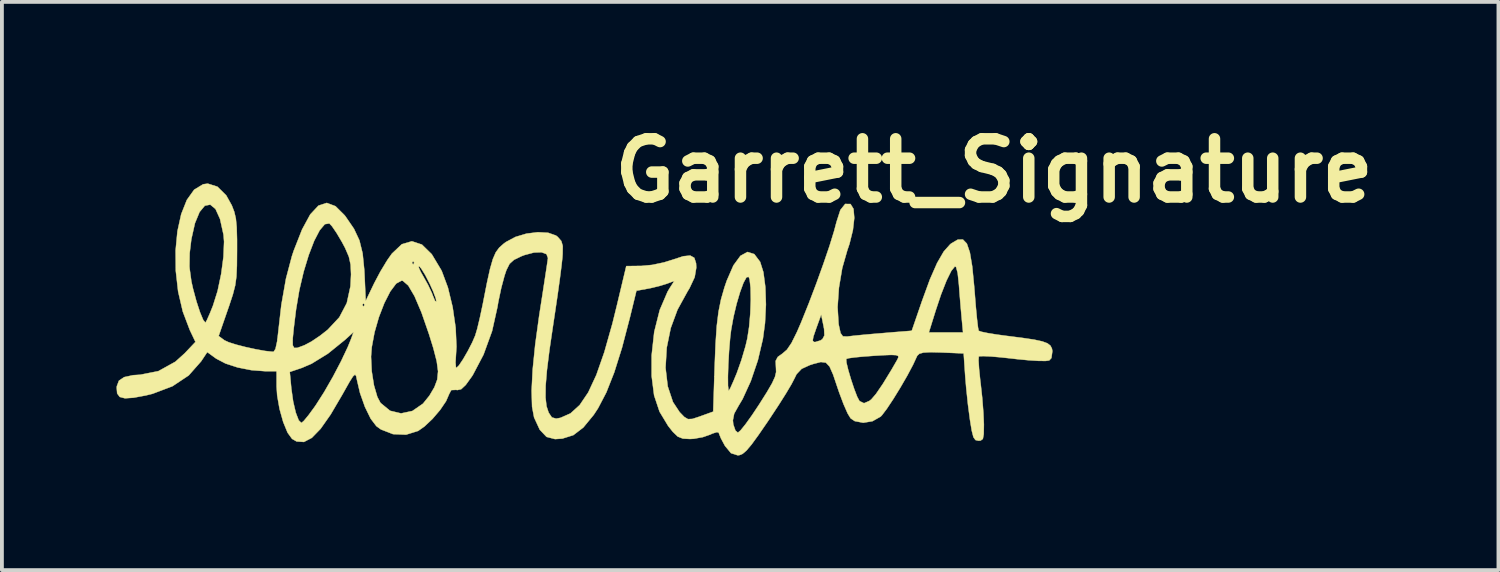
<source format=kicad_pcb>
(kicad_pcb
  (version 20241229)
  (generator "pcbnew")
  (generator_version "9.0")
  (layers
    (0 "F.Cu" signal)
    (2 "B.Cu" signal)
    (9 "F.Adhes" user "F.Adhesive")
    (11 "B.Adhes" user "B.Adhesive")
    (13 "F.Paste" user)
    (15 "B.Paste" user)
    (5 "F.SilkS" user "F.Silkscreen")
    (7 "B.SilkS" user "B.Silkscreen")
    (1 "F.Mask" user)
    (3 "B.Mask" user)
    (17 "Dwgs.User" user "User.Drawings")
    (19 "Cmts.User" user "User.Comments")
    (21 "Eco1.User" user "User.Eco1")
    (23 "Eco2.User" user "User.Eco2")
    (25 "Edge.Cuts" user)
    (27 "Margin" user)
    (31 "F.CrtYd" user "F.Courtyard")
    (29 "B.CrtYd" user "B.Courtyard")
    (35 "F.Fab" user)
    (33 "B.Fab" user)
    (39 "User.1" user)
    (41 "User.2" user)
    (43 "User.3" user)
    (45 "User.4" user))
  (footprint "Garrett_Signature"
    (layer "F.Cu")
    (at 22.975 1.418)
    (property "Reference" "Garrett_Signature" (at 0 0 0) (layer "F.SilkS") (effects (font (size 1.524 1.524) (thickness 0.3))))
    (attr through_hole)
    (fp_poly (pts (xy -20.333 0.419) (xy -20.103 0.646) (xy -19.957 0.908) (xy -19.892 1.077) (xy -19.851 1.252) (xy -19.829 1.477) (xy -19.82 1.797) (xy -19.82 2.086) (xy -19.823 2.485) (xy -19.836 2.772) (xy -19.868 3.004) (xy -19.929 3.241) (xy -20.027 3.539) (xy -20.061 3.636) (xy -20.301 4.328) (xy -20.148 4.441) (xy -20.035 4.493) (xy -19.838 4.555) (xy -19.592 4.618) (xy -19.33 4.675) (xy -19.087 4.719) (xy -18.896 4.74) (xy -18.862 4.741) (xy -18.813 4.665) (xy -18.77 4.469) (xy -18.763 4.408) (xy -18.363 4.408) (xy -18.361 4.571) (xy -18.323 4.64) (xy -18.241 4.638) (xy -18.109 4.59) (xy -18.046 4.565) (xy -17.871 4.472) (xy -17.648 4.322) (xy -17.445 4.163) (xy -17.143 3.84) (xy -16.972 3.514) (xy -16.54 3.514) (xy -16.51 3.556) (xy -16.48 3.514) (xy -16.51 3.471) (xy -16.54 3.514) (xy -16.972 3.514) (xy -16.947 3.468) (xy -16.85 3.024) (xy -16.835 2.715) (xy -16.846 2.46) (xy -16.892 2.252) (xy -16.99 2.024) (xy -17.075 1.865) (xy -17.212 1.633) (xy -17.332 1.457) (xy -17.403 1.381) (xy -17.521 1.401) (xy -17.657 1.562) (xy -17.801 1.839) (xy -17.943 2.208) (xy -18.076 2.645) (xy -18.189 3.125) (xy -18.273 3.624) (xy -18.283 3.7) (xy -18.335 4.126) (xy -18.363 4.408) (xy -18.763 4.408) (xy -18.754 4.339) (xy -18.66 3.514) (xy -18.538 2.823) (xy -18.383 2.237) (xy -18.337 2.098) (xy -18.117 1.539) (xy -17.903 1.145) (xy -17.688 0.915) (xy -17.47 0.844) (xy -17.242 0.93) (xy -17.002 1.169) (xy -16.977 1.202) (xy -16.758 1.522) (xy -16.616 1.824) (xy -16.532 2.166) (xy -16.488 2.604) (xy -16.481 2.742) (xy -16.451 3.409) (xy -16.228 2.945) (xy -16.066 2.639) (xy -15.998 2.527) (xy -15.067 2.527) (xy -15.011 2.649) (xy -14.947 2.761) (xy -14.819 2.99) (xy -14.718 3.205) (xy -14.694 3.27) (xy -14.638 3.405) (xy -14.601 3.43) (xy -14.616 3.344) (xy -14.684 3.162) (xy -14.773 2.965) (xy -14.893 2.731) (xy -14.999 2.56) (xy -15.055 2.498) (xy -15.067 2.527) (xy -15.998 2.527) (xy -15.929 2.413) (xy -15.24 2.413) (xy -15.21 2.455) (xy -15.181 2.413) (xy -15.21 2.371) (xy -15.24 2.413) (xy -15.929 2.413) (xy -15.884 2.339) (xy -15.765 2.171) (xy -15.506 1.926) (xy -15.242 1.848) (xy -14.979 1.935) (xy -14.722 2.187) (xy -14.474 2.601) (xy -14.458 2.633) (xy -14.299 3.06) (xy -14.175 3.573) (xy -14.097 4.11) (xy -14.075 4.606) (xy -14.087 4.801) (xy -14.1 5.02) (xy -14.089 5.149) (xy -14.077 5.163) (xy -14.011 5.099) (xy -13.903 4.938) (xy -13.779 4.723) (xy -13.662 4.496) (xy -13.585 4.318) (xy -13.531 4.137) (xy -13.462 3.848) (xy -13.389 3.506) (xy -13.374 3.429) (xy -13.276 2.931) (xy -13.196 2.57) (xy -13.123 2.315) (xy -13.047 2.14) (xy -12.956 2.015) (xy -12.84 1.912) (xy -12.781 1.868) (xy -12.532 1.735) (xy -12.242 1.648) (xy -11.944 1.611) (xy -11.675 1.626) (xy -11.47 1.698) (xy -11.424 1.734) (xy -11.331 1.841) (xy -11.293 1.97) (xy -11.296 2.183) (xy -11.302 2.272) (xy -11.326 2.491) (xy -11.37 2.837) (xy -11.43 3.269) (xy -11.501 3.75) (xy -11.542 4.022) (xy -11.641 4.693) (xy -11.707 5.223) (xy -11.741 5.631) (xy -11.744 5.938) (xy -11.718 6.165) (xy -11.663 6.331) (xy -11.662 6.334) (xy -11.578 6.459) (xy -11.467 6.491) (xy -11.352 6.47) (xy -11.09 6.354) (xy -10.85 6.136) (xy -10.626 5.805) (xy -10.413 5.347) (xy -10.205 4.752) (xy -9.994 4.007) (xy -9.872 3.512) (xy -9.63 2.498) (xy -9.231 2.493) (xy -8.953 2.467) (xy -8.641 2.401) (xy -8.413 2.33) (xy -8.138 2.24) (xy -7.956 2.222) (xy -7.849 2.281) (xy -7.803 2.423) (xy -7.797 2.539) (xy -7.839 2.788) (xy -7.973 3.074) (xy -8.023 3.156) (xy -8.289 3.64) (xy -8.466 4.12) (xy -8.571 4.634) (xy -8.602 5.159) (xy -8.545 5.645) (xy -8.408 6.056) (xy -8.234 6.32) (xy -8.111 6.447) (xy -8.015 6.504) (xy -7.9 6.499) (xy -7.722 6.441) (xy -7.689 6.429) (xy -7.354 6.308) (xy -7.325 5.391) (xy -6.969 5.391) (xy -6.967 5.63) (xy -6.952 5.75) (xy -6.945 5.757) (xy -6.905 5.69) (xy -6.826 5.514) (xy -6.736 5.298) (xy -6.616 4.959) (xy -6.508 4.593) (xy -6.462 4.398) (xy -6.414 4.09) (xy -6.383 3.734) (xy -6.37 3.377) (xy -6.376 3.065) (xy -6.401 2.845) (xy -6.426 2.779) (xy -6.483 2.792) (xy -6.562 2.936) (xy -6.651 3.178) (xy -6.742 3.486) (xy -6.823 3.827) (xy -6.885 4.169) (xy -6.909 4.36) (xy -6.939 4.718) (xy -6.959 5.075) (xy -6.969 5.391) (xy -7.325 5.391) (xy -7.316 5.122) (xy -7.292 4.53) (xy -7.261 4.067) (xy -7.215 3.694) (xy -7.15 3.37) (xy -7.06 3.057) (xy -6.999 2.879) (xy -6.825 2.48) (xy -6.641 2.229) (xy -6.456 2.128) (xy -6.279 2.184) (xy -6.126 2.386) (xy -6.04 2.658) (xy -5.989 3.047) (xy -5.974 3.506) (xy -5.998 3.99) (xy -6.053 4.403) (xy -6.185 4.964) (xy -6.37 5.509) (xy -6.584 5.977) (xy -6.689 6.153) (xy -6.805 6.361) (xy -6.839 6.534) (xy -6.829 6.64) (xy -6.773 6.802) (xy -6.708 6.858) (xy -6.638 6.799) (xy -6.508 6.638) (xy -6.337 6.399) (xy -6.152 6.121) (xy -5.947 5.796) (xy -5.813 5.565) (xy -5.737 5.399) (xy -5.707 5.272) (xy -5.711 5.155) (xy -5.712 5.147) (xy -5.719 4.98) (xy -5.692 4.929) (xy -3.872 4.929) (xy -3.866 5.024) (xy -3.819 5.218) (xy -3.746 5.465) (xy -3.663 5.714) (xy -3.585 5.918) (xy -3.526 6.028) (xy -3.524 6.031) (xy -3.406 6.088) (xy -3.267 6.028) (xy -3.215 5.987) (xy -3.093 5.845) (xy -2.912 5.58) (xy -2.684 5.207) (xy -2.543 4.963) (xy -2.509 4.895) (xy -2.511 4.852) (xy -2.567 4.829) (xy -2.692 4.823) (xy -2.905 4.831) (xy -3.148 4.846) (xy -3.422 4.866) (xy -3.65 4.888) (xy -3.809 4.91) (xy -3.872 4.929) (xy -5.692 4.929) (xy -5.663 4.875) (xy -5.545 4.791) (xy -5.424 4.687) (xy -5.302 4.507) (xy -5.274 4.45) (xy -4.75 4.45) (xy -4.717 4.484) (xy -4.682 4.486) (xy -4.542 4.443) (xy -4.494 4.409) (xy -4.443 4.314) (xy -4.451 4.144) (xy -4.469 4.05) (xy -4.527 3.768) (xy -4.657 4.128) (xy -4.731 4.343) (xy -4.75 4.45) (xy -5.274 4.45) (xy -5.16 4.22) (xy -5.05 3.966) (xy -4.853 3.476) (xy -4.655 2.955) (xy -4.47 2.441) (xy -4.309 1.969) (xy -4.188 1.576) (xy -4.126 1.342) (xy -4.025 1.029) (xy -3.899 0.871) (xy -3.759 0.873) (xy -3.681 1) (xy -3.661 1.238) (xy -3.697 1.556) (xy -3.787 1.919) (xy -3.843 2.083) (xy -3.976 2.549) (xy -4.063 3.066) (xy -4.098 3.572) (xy -4.072 4.007) (xy -4.066 4.043) (xy -4.02 4.252) (xy -3.959 4.337) (xy -3.846 4.342) (xy -3.821 4.339) (xy -3.689 4.323) (xy -3.47 4.301) (xy -3.194 4.276) (xy -2.894 4.251) (xy -2.681 4.233) (xy -1.708 4.233) (xy -0.814 4.233) (xy -0.848 3.873) (xy -0.874 3.583) (xy -0.904 3.221) (xy -0.921 2.991) (xy -0.954 2.681) (xy -0.996 2.523) (xy -1.026 2.506) (xy -1.122 2.625) (xy -1.247 2.879) (xy -1.39 3.243) (xy -1.53 3.662) (xy -1.708 4.233) (xy -2.681 4.233) (xy -2.156 4.191) (xy -1.89 3.418) (xy -1.681 2.846) (xy -1.493 2.418) (xy -1.32 2.118) (xy -1.151 1.928) (xy -1.122 1.905) (xy -0.951 1.805) (xy -0.817 1.802) (xy -0.714 1.909) (xy -0.635 2.14) (xy -0.573 2.509) (xy -0.522 3.03) (xy -0.511 3.163) (xy -0.48 3.553) (xy -0.449 3.878) (xy -0.422 4.103) (xy -0.404 4.191) (xy -0.334 4.217) (xy -0.171 4.251) (xy 0.062 4.289) (xy 0.341 4.327) (xy 0.362 4.329) (xy 0.758 4.38) (xy 1.052 4.424) (xy 1.259 4.469) (xy 1.395 4.519) (xy 1.474 4.58) (xy 1.513 4.656) (xy 1.525 4.723) (xy 1.5 4.905) (xy 1.442 4.968) (xy 1.348 4.981) (xy 1.161 4.979) (xy 0.905 4.963) (xy 0.603 4.934) (xy 0.486 4.92) (xy 0.181 4.887) (xy -0.081 4.864) (xy -0.277 4.855) (xy -0.387 4.859) (xy -0.402 4.866) (xy -0.408 4.966) (xy -0.394 5.19) (xy -0.363 5.491) (xy -0.353 5.569) (xy -0.311 5.954) (xy -0.281 6.338) (xy -0.268 6.641) (xy -0.268 6.646) (xy -0.272 6.898) (xy -0.295 7.023) (xy -0.354 7.066) (xy -0.408 7.07) (xy -0.488 7.052) (xy -0.542 6.976) (xy -0.586 6.805) (xy -0.633 6.519) (xy -0.685 6.123) (xy -0.732 5.674) (xy -0.757 5.376) (xy -0.797 4.784) (xy -1.385 4.759) (xy -1.664 4.752) (xy -1.848 4.762) (xy -1.957 4.792) (xy -2.013 4.845) (xy -2.022 4.864) (xy -2.123 5.082) (xy -2.274 5.366) (xy -2.454 5.677) (xy -2.64 5.979) (xy -2.809 6.234) (xy -2.938 6.404) (xy -2.971 6.438) (xy -3.185 6.559) (xy -3.427 6.599) (xy -3.649 6.556) (xy -3.756 6.484) (xy -3.835 6.355) (xy -3.941 6.114) (xy -4.057 5.805) (xy -4.1 5.679) (xy -4.215 5.338) (xy -4.308 5.127) (xy -4.405 5.025) (xy -4.536 5.009) (xy -4.727 5.058) (xy -4.831 5.092) (xy -5.04 5.188) (xy -5.172 5.328) (xy -5.226 5.438) (xy -5.304 5.588) (xy -5.447 5.829) (xy -5.637 6.13) (xy -5.856 6.462) (xy -5.928 6.57) (xy -6.171 6.923) (xy -6.351 7.17) (xy -6.484 7.327) (xy -6.586 7.414) (xy -6.673 7.448) (xy -6.714 7.451) (xy -6.888 7.395) (xy -7.043 7.208) (xy -7.054 7.19) (xy -7.151 7.009) (xy -7.203 6.881) (xy -7.207 6.861) (xy -7.255 6.844) (xy -7.377 6.882) (xy -7.428 6.907) (xy -7.623 6.975) (xy -7.861 7.018) (xy -7.961 7.024) (xy -8.147 7.014) (xy -8.282 6.961) (xy -8.413 6.835) (xy -8.534 6.682) (xy -8.759 6.309) (xy -8.901 5.884) (xy -8.966 5.374) (xy -8.966 4.837) (xy -8.898 4.22) (xy -8.754 3.647) (xy -8.548 3.167) (xy -8.492 3.073) (xy -8.372 2.886) (xy -8.572 2.961) (xy -8.755 3.017) (xy -8.981 3.072) (xy -9.068 3.089) (xy -9.364 3.143) (xy -9.533 3.836) (xy -9.741 4.633) (xy -9.945 5.281) (xy -10.151 5.803) (xy -10.367 6.217) (xy -10.482 6.392) (xy -10.754 6.723) (xy -11.015 6.923) (xy -11.304 7.014) (xy -11.494 7.027) (xy -11.717 6.969) (xy -11.895 6.781) (xy -12.043 6.461) (xy -12.096 6.181) (xy -12.108 5.758) (xy -12.08 5.207) (xy -12.013 4.545) (xy -11.909 3.788) (xy -11.899 3.725) (xy -11.828 3.269) (xy -11.766 2.864) (xy -11.717 2.544) (xy -11.687 2.34) (xy -11.68 2.286) (xy -11.719 2.184) (xy -11.848 2.136) (xy -12.046 2.143) (xy -12.292 2.208) (xy -12.376 2.24) (xy -12.568 2.333) (xy -12.685 2.438) (xy -12.768 2.603) (xy -12.817 2.749) (xy -12.902 3.066) (xy -12.979 3.43) (xy -13.003 3.572) (xy -13.143 4.2) (xy -13.367 4.816) (xy -13.646 5.347) (xy -13.672 5.387) (xy -13.833 5.61) (xy -13.952 5.721) (xy -14.055 5.744) (xy -14.084 5.738) (xy -14.212 5.744) (xy -14.266 5.846) (xy -14.348 6.035) (xy -14.504 6.265) (xy -14.703 6.498) (xy -14.914 6.697) (xy -15.079 6.813) (xy -15.395 6.911) (xy -15.736 6.897) (xy -16.053 6.774) (xy -16.172 6.688) (xy -16.321 6.492) (xy -16.471 6.185) (xy -16.6 5.821) (xy -16.68 5.479) (xy -16.702 5.375) (xy -16.731 5.338) (xy -16.784 5.385) (xy -16.876 5.53) (xy -17.022 5.789) (xy -17.064 5.864) (xy -17.369 6.383) (xy -17.632 6.757) (xy -17.862 6.994) (xy -18.069 7.102) (xy -18.26 7.089) (xy -18.379 7.021) (xy -18.497 6.858) (xy -18.611 6.58) (xy -18.707 6.238) (xy -18.769 5.884) (xy -18.784 5.652) (xy -18.784 5.269) (xy -18.439 5.269) (xy -18.398 5.704) (xy -18.35 6.045) (xy -18.282 6.335) (xy -18.205 6.535) (xy -18.134 6.604) (xy -18.069 6.547) (xy -17.946 6.398) (xy -17.79 6.184) (xy -17.754 6.132) (xy -17.538 5.793) (xy -17.309 5.394) (xy -17.094 4.984) (xy -17.039 4.868) (xy -16.312 4.868) (xy -16.294 5.249) (xy -16.235 5.62) (xy -16.146 5.925) (xy -16.063 6.08) (xy -15.814 6.285) (xy -15.526 6.354) (xy -15.23 6.291) (xy -14.952 6.099) (xy -14.784 5.891) (xy -14.653 5.669) (xy -14.578 5.468) (xy -14.557 5.254) (xy -14.592 4.99) (xy -14.682 4.642) (xy -14.794 4.281) (xy -14.991 3.713) (xy -15.173 3.286) (xy -15.337 3.007) (xy -15.479 2.884) (xy -15.512 2.879) (xy -15.653 2.955) (xy -15.809 3.163) (xy -15.964 3.467) (xy -16.106 3.834) (xy -16.22 4.23) (xy -16.293 4.621) (xy -16.312 4.868) (xy -17.039 4.868) (xy -16.919 4.613) (xy -16.84 4.419) (xy -16.768 4.224) (xy -16.994 4.429) (xy -17.442 4.791) (xy -17.87 5.054) (xy -18.124 5.163) (xy -18.439 5.269) (xy -18.784 5.269) (xy -18.784 5.249) (xy -19.094 5.249) (xy -19.445 5.222) (xy -19.801 5.152) (xy -20.121 5.048) (xy -20.366 4.92) (xy -20.378 4.911) (xy -20.599 4.75) (xy -20.761 4.993) (xy -21.085 5.36) (xy -21.51 5.643) (xy -22.033 5.841) (xy -22.208 5.884) (xy -22.531 5.944) (xy -22.754 5.959) (xy -22.891 5.923) (xy -22.958 5.832) (xy -22.97 5.682) (xy -22.966 5.641) (xy -22.912 5.498) (xy -22.775 5.405) (xy -22.542 5.354) (xy -22.354 5.342) (xy -21.879 5.248) (xy -21.434 5.001) (xy -21.19 4.781) (xy -20.908 4.483) (xy -21.057 4.17) (xy -21.24 3.687) (xy -21.362 3.163) (xy -21.423 2.622) (xy -21.424 2.523) (xy -21.066 2.523) (xy -21.015 2.898) (xy -20.973 3.086) (xy -20.882 3.423) (xy -20.788 3.709) (xy -20.706 3.906) (xy -20.648 3.979) (xy -20.609 3.912) (xy -20.531 3.736) (xy -20.45 3.535) (xy -20.329 3.151) (xy -20.235 2.704) (xy -20.175 2.254) (xy -20.159 1.859) (xy -20.173 1.679) (xy -20.265 1.264) (xy -20.384 1.002) (xy -20.521 0.889) (xy -20.663 0.917) (xy -20.8 1.081) (xy -20.922 1.376) (xy -21.016 1.794) (xy -21.06 2.159) (xy -21.066 2.523) (xy -21.424 2.523) (xy -21.428 2.089) (xy -21.38 1.586) (xy -21.281 1.137) (xy -21.134 0.767) (xy -20.942 0.498) (xy -20.708 0.356) (xy -20.586 0.339) (xy -20.333 0.419)) (stroke (width 0.01) (type solid)) (fill yes) (layer "F.SilkS")))
  (gr_rect
    (start -3 -3)
    (end 36.178 11.874)
    (stroke (width 0.1) (type default))
    (fill no)
    (layer "Edge.Cuts")))
</source>
